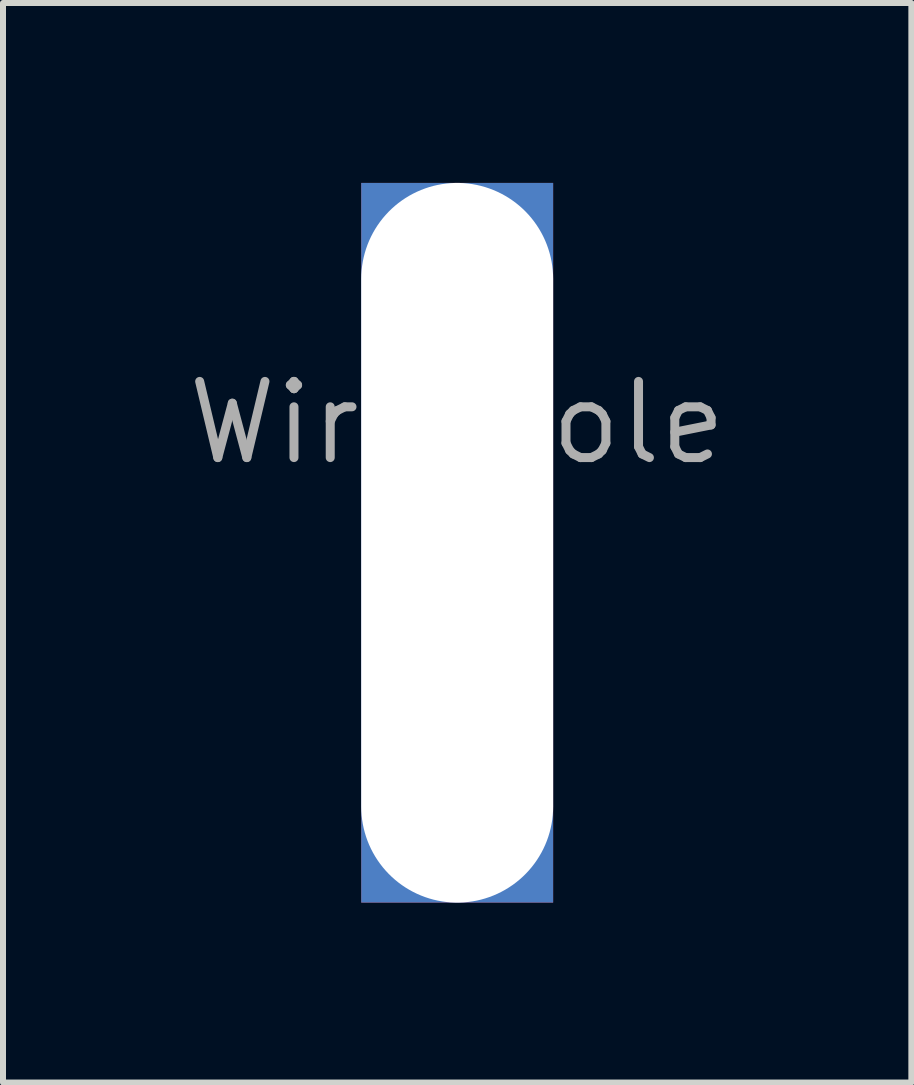
<source format=kicad_pcb>
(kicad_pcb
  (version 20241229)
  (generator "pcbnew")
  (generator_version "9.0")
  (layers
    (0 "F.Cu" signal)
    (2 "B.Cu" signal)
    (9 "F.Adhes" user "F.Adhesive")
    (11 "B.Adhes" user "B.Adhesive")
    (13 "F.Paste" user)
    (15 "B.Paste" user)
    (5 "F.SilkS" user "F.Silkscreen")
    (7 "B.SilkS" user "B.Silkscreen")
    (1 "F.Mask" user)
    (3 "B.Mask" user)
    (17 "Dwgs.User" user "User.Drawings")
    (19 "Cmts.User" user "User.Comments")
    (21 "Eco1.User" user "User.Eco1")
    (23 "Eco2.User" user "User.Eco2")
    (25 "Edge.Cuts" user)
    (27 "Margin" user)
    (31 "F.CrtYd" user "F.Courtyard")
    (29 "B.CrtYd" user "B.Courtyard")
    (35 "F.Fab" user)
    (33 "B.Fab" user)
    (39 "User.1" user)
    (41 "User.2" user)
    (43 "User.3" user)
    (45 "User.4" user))
  (footprint "Wire hole"
    (layer "F.Cu")
    (at 4.573 6)
    (property "Reference" "Wire hole" (at 0 -2 0) (layer "F.Fab") (effects (font (size 1.27 1.27) (thickness 0.15))))
    (pad "" np_thru_hole rect (at 0 0) (size 3.2 12) (drill oval 3.2 12) (layers "*.Cu" "*.Mask")))
  (gr_rect
    (start -3 -3)
    (end 12.146 15)
    (stroke (width 0.1) (type default))
    (fill no)
    (layer "Edge.Cuts")))
</source>
